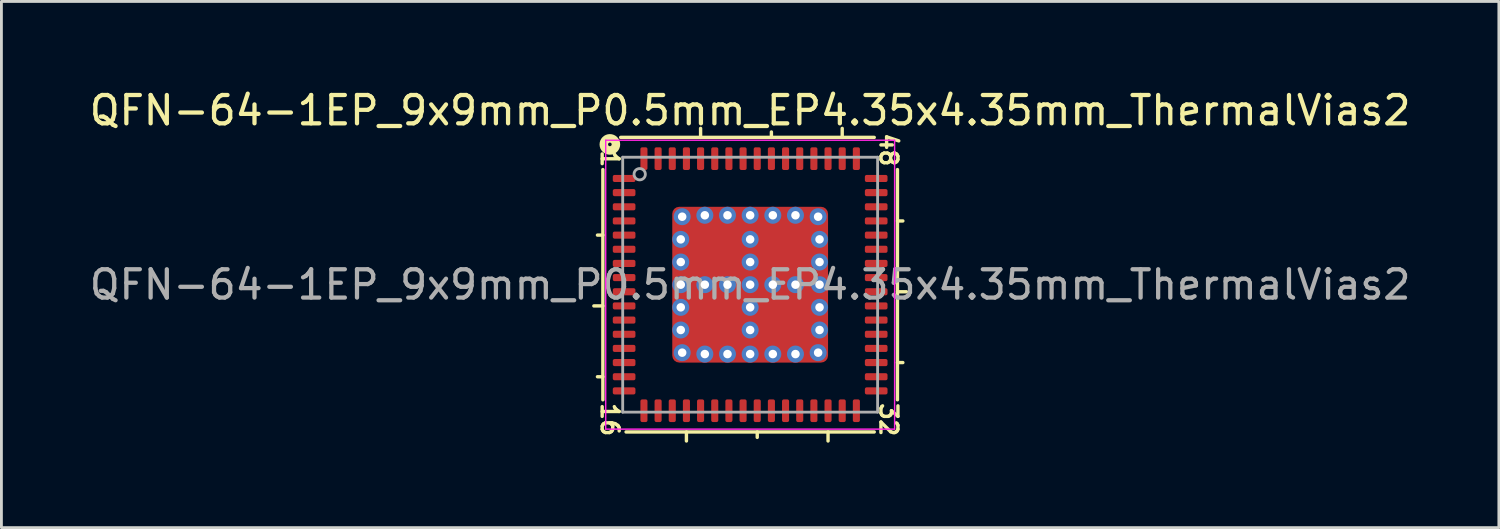
<source format=kicad_pcb>
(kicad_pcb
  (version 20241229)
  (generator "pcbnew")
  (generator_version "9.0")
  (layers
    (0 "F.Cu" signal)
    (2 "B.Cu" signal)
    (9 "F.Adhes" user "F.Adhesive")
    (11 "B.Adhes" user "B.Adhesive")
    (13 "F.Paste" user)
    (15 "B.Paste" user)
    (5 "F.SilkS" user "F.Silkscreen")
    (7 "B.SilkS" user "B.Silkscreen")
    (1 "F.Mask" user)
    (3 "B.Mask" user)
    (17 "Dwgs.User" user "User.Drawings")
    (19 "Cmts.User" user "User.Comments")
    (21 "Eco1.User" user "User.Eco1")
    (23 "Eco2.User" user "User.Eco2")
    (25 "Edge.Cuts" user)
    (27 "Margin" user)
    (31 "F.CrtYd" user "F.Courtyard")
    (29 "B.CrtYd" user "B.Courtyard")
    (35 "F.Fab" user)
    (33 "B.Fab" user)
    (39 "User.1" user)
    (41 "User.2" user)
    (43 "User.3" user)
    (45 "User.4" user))
  (footprint "QFN-64-1EP_9x9mm_P0.5mm_EP4.35x4.35mm_ThermalVias2"
    (layer "F.Cu")
    (at 23.435 7.001)
    (property "Reference" "QFN-64-1EP_9x9mm_P0.5mm_EP4.35x4.35mm_ThermalVias2" (at 0 -6.152 0) (layer "F.SilkS") (effects (font (size 1 1) (thickness 0.15))))
    (attr smd)
    (fp_line (start -5.2 -4.064) (end -5.2 4.064) (stroke (width 0.12) (type solid)) (layer "F.SilkS"))
    (fp_line (start -5.2 -1.75) (end -5.391 -1.75) (stroke (width 0.12) (type solid)) (layer "F.SilkS"))
    (fp_line (start -5.2 0.75) (end -5.518 0.75) (stroke (width 0.12) (type solid)) (layer "F.SilkS"))
    (fp_line (start -5.2 3.25) (end -5.391 3.25) (stroke (width 0.12) (type solid)) (layer "F.SilkS"))
    (fp_line (start -4.381 5.2) (end 4.381 5.2) (stroke (width 0.12) (type solid)) (layer "F.SilkS"))
    (fp_line (start -2.25 5.2) (end -2.25 5.518) (stroke (width 0.12) (type solid)) (layer "F.SilkS"))
    (fp_line (start -1.75 -5.2) (end -1.75 -5.518) (stroke (width 0.12) (type solid)) (layer "F.SilkS"))
    (fp_line (start 0.25 5.2) (end 0.25 5.391) (stroke (width 0.12) (type solid)) (layer "F.SilkS"))
    (fp_line (start 0.75 -5.2) (end 0.75 -5.391) (stroke (width 0.12) (type solid)) (layer "F.SilkS"))
    (fp_line (start 2.75 5.2) (end 2.75 5.518) (stroke (width 0.12) (type solid)) (layer "F.SilkS"))
    (fp_line (start 3.25 -5.2) (end 3.25 -5.518) (stroke (width 0.12) (type solid)) (layer "F.SilkS"))
    (fp_line (start 4.381 -5.2) (end -4.572 -5.2) (stroke (width 0.12) (type solid)) (layer "F.SilkS"))
    (fp_line (start 5.2 -2.25) (end 5.391 -2.25) (stroke (width 0.12) (type solid)) (layer "F.SilkS"))
    (fp_line (start 5.2 0.25) (end 5.518 0.25) (stroke (width 0.12) (type solid)) (layer "F.SilkS"))
    (fp_line (start 5.2 2.75) (end 5.391 2.75) (stroke (width 0.12) (type solid)) (layer "F.SilkS"))
    (fp_line (start 5.2 4.064) (end 5.2 -4.064) (stroke (width 0.12) (type solid)) (layer "F.SilkS"))
    (fp_circle (center -4.953 -4.953) (end -4.889 -4.953) (stroke (width 0.3) (type solid)) (fill no) (layer "F.SilkS"))
    (fp_line (start -5.1 -5.1) (end -5.1 5.1) (stroke (width 0.05) (type solid)) (layer "F.CrtYd"))
    (fp_line (start -5.1 5.1) (end 5.1 5.1) (stroke (width 0.05) (type solid)) (layer "F.CrtYd"))
    (fp_line (start 5.1 -5.1) (end -5.1 -5.1) (stroke (width 0.05) (type solid)) (layer "F.CrtYd"))
    (fp_line (start 5.1 5.1) (end 5.1 -5.1) (stroke (width 0.05) (type solid)) (layer "F.CrtYd"))
    (fp_line (start -4.5 -4.5) (end 4.5 -4.5) (stroke (width 0.1) (type solid)) (layer "F.Fab"))
    (fp_line (start -4.5 4.5) (end -4.5 -4.5) (stroke (width 0.1) (type solid)) (layer "F.Fab"))
    (fp_line (start 4.5 -4.5) (end 4.5 4.5) (stroke (width 0.1) (type solid)) (layer "F.Fab"))
    (fp_line (start 4.5 4.5) (end -4.5 4.5) (stroke (width 0.1) (type solid)) (layer "F.Fab"))
    (fp_circle (center -3.9 -3.9) (end -3.7 -3.9) (stroke (width 0.1) (type solid)) (fill no) (layer "F.Fab"))
    (fp_text user "1" (at -4.953 -4.445 270) (unlocked yes) (layer "F.SilkS") (effects (font (size 0.6 0.6) (thickness 0.12))))
    (fp_text user "48" (at 4.889 -4.763 270) (unlocked yes) (layer "F.SilkS") (effects (font (size 0.6 0.6) (thickness 0.12))))
    (fp_text user "32" (at 4.889 4.763 270) (unlocked yes) (layer "F.SilkS") (effects (font (size 0.6 0.6) (thickness 0.12))))
    (fp_text user "16" (at -4.953 4.763 270) (unlocked yes) (layer "F.SilkS") (effects (font (size 0.6 0.6) (thickness 0.12))))
    (fp_text user "${REFERENCE}" (at 0 0 0) (layer "F.Fab") (effects (font (size 1 1) (thickness 0.15))))
    (pad "" smd roundrect (at -1.688 -1.688) (size 0.675 0.675) (layers "F.Paste") (roundrect_rratio 0.25))
    (pad "" smd roundrect (at -1.688 -0.762) (size 0.675 0.675) (layers "F.Paste") (roundrect_rratio 0.25))
    (pad "" smd roundrect (at -1.688 0.762) (size 0.675 0.675) (layers "F.Paste") (roundrect_rratio 0.25))
    (pad "" smd roundrect (at -1.688 1.688) (size 0.675 0.675) (layers "F.Paste") (roundrect_rratio 0.25))
    (pad "" smd roundrect (at -1.225 -1.225 270) (size 1.85 1.85) (layers "F.Mask") (roundrect_rratio 0.135))
    (pad "" smd roundrect (at -1.225 1.225 270) (size 1.85 1.85) (layers "F.Mask") (roundrect_rratio 0.135))
    (pad "" smd roundrect (at -0.762 -1.688) (size 0.675 0.675) (layers "F.Paste") (roundrect_rratio 0.25))
    (pad "" smd roundrect (at -0.762 -0.762) (size 0.675 0.675) (layers "F.Paste") (roundrect_rratio 0.25))
    (pad "" smd roundrect (at -0.762 0.762) (size 0.675 0.675) (layers "F.Paste") (roundrect_rratio 0.25))
    (pad "" smd roundrect (at -0.762 1.688) (size 0.675 0.675) (layers "F.Paste") (roundrect_rratio 0.25))
    (pad "" smd roundrect (at 0.762 -1.688) (size 0.675 0.675) (layers "F.Paste") (roundrect_rratio 0.25))
    (pad "" smd roundrect (at 0.762 -0.762) (size 0.675 0.675) (layers "F.Paste") (roundrect_rratio 0.25))
    (pad "" smd roundrect (at 0.762 0.762) (size 0.675 0.675) (layers "F.Paste") (roundrect_rratio 0.25))
    (pad "" smd roundrect (at 0.762 1.688) (size 0.675 0.675) (layers "F.Paste") (roundrect_rratio 0.25))
    (pad "" smd roundrect (at 1.225 -1.225 270) (size 1.85 1.85) (layers "F.Mask") (roundrect_rratio 0.135))
    (pad "" smd roundrect (at 1.225 1.225 270) (size 1.85 1.85) (layers "F.Mask") (roundrect_rratio 0.135))
    (pad "" smd roundrect (at 1.688 -1.688) (size 0.675 0.675) (layers "F.Paste") (roundrect_rratio 0.25))
    (pad "" smd roundrect (at 1.688 -0.762) (size 0.675 0.675) (layers "F.Paste") (roundrect_rratio 0.25))
    (pad "" smd roundrect (at 1.688 0.762) (size 0.675 0.675) (layers "F.Paste") (roundrect_rratio 0.25))
    (pad "" smd roundrect (at 1.688 1.688) (size 0.675 0.675) (layers "F.Paste") (roundrect_rratio 0.25))
    (pad "1" smd roundrect (at -4.45 -3.75) (size 0.8 0.25) (layers "F.Cu" "F.Mask" "F.Paste") (roundrect_rratio 0.25))
    (pad "2" smd roundrect (at -4.45 -3.25) (size 0.8 0.25) (layers "F.Cu" "F.Mask" "F.Paste") (roundrect_rratio 0.25))
    (pad "3" smd roundrect (at -4.45 -2.75) (size 0.8 0.25) (layers "F.Cu" "F.Mask" "F.Paste") (roundrect_rratio 0.25))
    (pad "4" smd roundrect (at -4.45 -2.25) (size 0.8 0.25) (layers "F.Cu" "F.Mask" "F.Paste") (roundrect_rratio 0.25))
    (pad "5" smd roundrect (at -4.45 -1.75) (size 0.8 0.25) (layers "F.Cu" "F.Mask" "F.Paste") (roundrect_rratio 0.25))
    (pad "6" smd roundrect (at -4.45 -1.25) (size 0.8 0.25) (layers "F.Cu" "F.Mask" "F.Paste") (roundrect_rratio 0.25))
    (pad "7" smd roundrect (at -4.45 -0.75) (size 0.8 0.25) (layers "F.Cu" "F.Mask" "F.Paste") (roundrect_rratio 0.25))
    (pad "8" smd roundrect (at -4.45 -0.25) (size 0.8 0.25) (layers "F.Cu" "F.Mask" "F.Paste") (roundrect_rratio 0.25))
    (pad "9" smd roundrect (at -4.45 0.25) (size 0.8 0.25) (layers "F.Cu" "F.Mask" "F.Paste") (roundrect_rratio 0.25))
    (pad "10" smd roundrect (at -4.45 0.75) (size 0.8 0.25) (layers "F.Cu" "F.Mask" "F.Paste") (roundrect_rratio 0.25))
    (pad "11" smd roundrect (at -4.45 1.25) (size 0.8 0.25) (layers "F.Cu" "F.Mask" "F.Paste") (roundrect_rratio 0.25))
    (pad "12" smd roundrect (at -4.45 1.75) (size 0.8 0.25) (layers "F.Cu" "F.Mask" "F.Paste") (roundrect_rratio 0.25))
    (pad "13" smd roundrect (at -4.45 2.25) (size 0.8 0.25) (layers "F.Cu" "F.Mask" "F.Paste") (roundrect_rratio 0.25))
    (pad "14" smd roundrect (at -4.45 2.75) (size 0.8 0.25) (layers "F.Cu" "F.Mask" "F.Paste") (roundrect_rratio 0.25))
    (pad "15" smd roundrect (at -4.45 3.25) (size 0.8 0.25) (layers "F.Cu" "F.Mask" "F.Paste") (roundrect_rratio 0.25))
    (pad "16" smd roundrect (at -4.45 3.75) (size 0.8 0.25) (layers "F.Cu" "F.Mask" "F.Paste") (roundrect_rratio 0.25))
    (pad "17" smd roundrect (at -3.75 4.45) (size 0.25 0.8) (layers "F.Cu" "F.Mask" "F.Paste") (roundrect_rratio 0.25))
    (pad "18" smd roundrect (at -3.25 4.45) (size 0.25 0.8) (layers "F.Cu" "F.Mask" "F.Paste") (roundrect_rratio 0.25))
    (pad "19" smd roundrect (at -2.75 4.45) (size 0.25 0.8) (layers "F.Cu" "F.Mask" "F.Paste") (roundrect_rratio 0.25))
    (pad "20" smd roundrect (at -2.25 4.45) (size 0.25 0.8) (layers "F.Cu" "F.Mask" "F.Paste") (roundrect_rratio 0.25))
    (pad "21" smd roundrect (at -1.75 4.45) (size 0.25 0.8) (layers "F.Cu" "F.Mask" "F.Paste") (roundrect_rratio 0.25))
    (pad "22" smd roundrect (at -1.25 4.45) (size 0.25 0.8) (layers "F.Cu" "F.Mask" "F.Paste") (roundrect_rratio 0.25))
    (pad "23" smd roundrect (at -0.75 4.45) (size 0.25 0.8) (layers "F.Cu" "F.Mask" "F.Paste") (roundrect_rratio 0.25))
    (pad "24" smd roundrect (at -0.25 4.45) (size 0.25 0.8) (layers "F.Cu" "F.Mask" "F.Paste") (roundrect_rratio 0.25))
    (pad "25" smd roundrect (at 0.25 4.45) (size 0.25 0.8) (layers "F.Cu" "F.Mask" "F.Paste") (roundrect_rratio 0.25))
    (pad "26" smd roundrect (at 0.75 4.45) (size 0.25 0.8) (layers "F.Cu" "F.Mask" "F.Paste") (roundrect_rratio 0.25))
    (pad "27" smd roundrect (at 1.25 4.45) (size 0.25 0.8) (layers "F.Cu" "F.Mask" "F.Paste") (roundrect_rratio 0.25))
    (pad "28" smd roundrect (at 1.75 4.45) (size 0.25 0.8) (layers "F.Cu" "F.Mask" "F.Paste") (roundrect_rratio 0.25))
    (pad "29" smd roundrect (at 2.25 4.45) (size 0.25 0.8) (layers "F.Cu" "F.Mask" "F.Paste") (roundrect_rratio 0.25))
    (pad "30" smd roundrect (at 2.75 4.45) (size 0.25 0.8) (layers "F.Cu" "F.Mask" "F.Paste") (roundrect_rratio 0.25))
    (pad "31" smd roundrect (at 3.25 4.45) (size 0.25 0.8) (layers "F.Cu" "F.Mask" "F.Paste") (roundrect_rratio 0.25))
    (pad "32" smd roundrect (at 3.75 4.45) (size 0.25 0.8) (layers "F.Cu" "F.Mask" "F.Paste") (roundrect_rratio 0.25))
    (pad "33" smd roundrect (at 4.45 3.75) (size 0.8 0.25) (layers "F.Cu" "F.Mask" "F.Paste") (roundrect_rratio 0.25))
    (pad "34" smd roundrect (at 4.45 3.25) (size 0.8 0.25) (layers "F.Cu" "F.Mask" "F.Paste") (roundrect_rratio 0.25))
    (pad "35" smd roundrect (at 4.45 2.75) (size 0.8 0.25) (layers "F.Cu" "F.Mask" "F.Paste") (roundrect_rratio 0.25))
    (pad "36" smd roundrect (at 4.45 2.25) (size 0.8 0.25) (layers "F.Cu" "F.Mask" "F.Paste") (roundrect_rratio 0.25))
    (pad "37" smd roundrect (at 4.45 1.75) (size 0.8 0.25) (layers "F.Cu" "F.Mask" "F.Paste") (roundrect_rratio 0.25))
    (pad "38" smd roundrect (at 4.45 1.25) (size 0.8 0.25) (layers "F.Cu" "F.Mask" "F.Paste") (roundrect_rratio 0.25))
    (pad "39" smd roundrect (at 4.45 0.75) (size 0.8 0.25) (layers "F.Cu" "F.Mask" "F.Paste") (roundrect_rratio 0.25))
    (pad "40" smd roundrect (at 4.45 0.25) (size 0.8 0.25) (layers "F.Cu" "F.Mask" "F.Paste") (roundrect_rratio 0.25))
    (pad "41" smd roundrect (at 4.45 -0.25) (size 0.8 0.25) (layers "F.Cu" "F.Mask" "F.Paste") (roundrect_rratio 0.25))
    (pad "42" smd roundrect (at 4.45 -0.75) (size 0.8 0.25) (layers "F.Cu" "F.Mask" "F.Paste") (roundrect_rratio 0.25))
    (pad "43" smd roundrect (at 4.45 -1.25) (size 0.8 0.25) (layers "F.Cu" "F.Mask" "F.Paste") (roundrect_rratio 0.25))
    (pad "44" smd roundrect (at 4.45 -1.75) (size 0.8 0.25) (layers "F.Cu" "F.Mask" "F.Paste") (roundrect_rratio 0.25))
    (pad "45" smd roundrect (at 4.45 -2.25) (size 0.8 0.25) (layers "F.Cu" "F.Mask" "F.Paste") (roundrect_rratio 0.25))
    (pad "46" smd roundrect (at 4.45 -2.75) (size 0.8 0.25) (layers "F.Cu" "F.Mask" "F.Paste") (roundrect_rratio 0.25))
    (pad "47" smd roundrect (at 4.45 -3.25) (size 0.8 0.25) (layers "F.Cu" "F.Mask" "F.Paste") (roundrect_rratio 0.25))
    (pad "48" smd roundrect (at 4.45 -3.75) (size 0.8 0.25) (layers "F.Cu" "F.Mask" "F.Paste") (roundrect_rratio 0.25))
    (pad "49" smd roundrect (at 3.75 -4.45) (size 0.25 0.8) (layers "F.Cu" "F.Mask" "F.Paste") (roundrect_rratio 0.25))
    (pad "50" smd roundrect (at 3.25 -4.45) (size 0.25 0.8) (layers "F.Cu" "F.Mask" "F.Paste") (roundrect_rratio 0.25))
    (pad "51" smd roundrect (at 2.75 -4.45) (size 0.25 0.8) (layers "F.Cu" "F.Mask" "F.Paste") (roundrect_rratio 0.25))
    (pad "52" smd roundrect (at 2.25 -4.45) (size 0.25 0.8) (layers "F.Cu" "F.Mask" "F.Paste") (roundrect_rratio 0.25))
    (pad "53" smd roundrect (at 1.75 -4.45) (size 0.25 0.8) (layers "F.Cu" "F.Mask" "F.Paste") (roundrect_rratio 0.25))
    (pad "54" smd roundrect (at 1.25 -4.45) (size 0.25 0.8) (layers "F.Cu" "F.Mask" "F.Paste") (roundrect_rratio 0.25))
    (pad "55" smd roundrect (at 0.75 -4.45) (size 0.25 0.8) (layers "F.Cu" "F.Mask" "F.Paste") (roundrect_rratio 0.25))
    (pad "56" smd roundrect (at 0.25 -4.45) (size 0.25 0.8) (layers "F.Cu" "F.Mask" "F.Paste") (roundrect_rratio 0.25))
    (pad "57" smd roundrect (at -0.25 -4.45) (size 0.25 0.8) (layers "F.Cu" "F.Mask" "F.Paste") (roundrect_rratio 0.25))
    (pad "58" smd roundrect (at -0.75 -4.45) (size 0.25 0.8) (layers "F.Cu" "F.Mask" "F.Paste") (roundrect_rratio 0.25))
    (pad "59" smd roundrect (at -1.25 -4.45) (size 0.25 0.8) (layers "F.Cu" "F.Mask" "F.Paste") (roundrect_rratio 0.25))
    (pad "60" smd roundrect (at -1.75 -4.45) (size 0.25 0.8) (layers "F.Cu" "F.Mask" "F.Paste") (roundrect_rratio 0.25))
    (pad "61" smd roundrect (at -2.25 -4.45) (size 0.25 0.8) (layers "F.Cu" "F.Mask" "F.Paste") (roundrect_rratio 0.25))
    (pad "62" smd roundrect (at -2.75 -4.45) (size 0.25 0.8) (layers "F.Cu" "F.Mask" "F.Paste") (roundrect_rratio 0.25))
    (pad "63" smd roundrect (at -3.25 -4.45) (size 0.25 0.8) (layers "F.Cu" "F.Mask" "F.Paste") (roundrect_rratio 0.25))
    (pad "64" smd roundrect (at -3.75 -4.45) (size 0.25 0.8) (layers "F.Cu" "F.Mask" "F.Paste") (roundrect_rratio 0.25))
    (pad "65" thru_hole circle (at -2.45 -1.6 180) (size 0.6 0.6) (drill 0.3) (property pad_prop_heatsink) (layers "*.Cu" "*.Mask"))
    (pad "65" thru_hole circle (at -2.45 -0.8 180) (size 0.6 0.6) (drill 0.3) (property pad_prop_heatsink) (layers "*.Cu" "*.Mask"))
    (pad "65" thru_hole circle (at -2.45 0 180) (size 0.6 0.6) (drill 0.3) (property pad_prop_heatsink) (layers "*.Cu" "*.Mask"))
    (pad "65" thru_hole circle (at -2.45 0.8 180) (size 0.6 0.6) (drill 0.3) (property pad_prop_heatsink) (layers "*.Cu" "*.Mask"))
    (pad "65" thru_hole circle (at -2.45 1.6 180) (size 0.6 0.6) (drill 0.3) (property pad_prop_heatsink) (layers "*.Cu" "*.Mask"))
    (pad "65" thru_hole circle (at -2.4 -2.4 180) (size 0.6 0.6) (drill 0.3) (property pad_prop_heatsink) (layers "*.Cu" "*.Mask"))
    (pad "65" thru_hole circle (at -2.4 2.4 180) (size 0.6 0.6) (drill 0.3) (property pad_prop_heatsink) (layers "*.Cu" "*.Mask"))
    (pad "65" thru_hole circle (at -1.6 -2.45 180) (size 0.6 0.6) (drill 0.3) (property pad_prop_heatsink) (layers "*.Cu" "*.Mask"))
    (pad "65" thru_hole circle (at -1.6 0 180) (size 0.6 0.6) (drill 0.3) (property pad_prop_heatsink) (layers "*.Cu" "*.Mask"))
    (pad "65" thru_hole circle (at -1.6 2.45 180) (size 0.6 0.6) (drill 0.3) (property pad_prop_heatsink) (layers "*.Cu" "*.Mask"))
    (pad "65" thru_hole circle (at -0.8 -2.45 180) (size 0.6 0.6) (drill 0.3) (property pad_prop_heatsink) (layers "*.Cu" "*.Mask"))
    (pad "65" thru_hole circle (at -0.8 0 180) (size 0.6 0.6) (drill 0.3) (property pad_prop_heatsink) (layers "*.Cu" "*.Mask"))
    (pad "65" thru_hole circle (at -0.8 2.45 180) (size 0.6 0.6) (drill 0.3) (property pad_prop_heatsink) (layers "*.Cu" "*.Mask"))
    (pad "65" thru_hole circle (at 0 -2.45 180) (size 0.6 0.6) (drill 0.3) (property pad_prop_heatsink) (layers "*.Cu" "*.Mask"))
    (pad "65" thru_hole circle (at 0 -1.6 180) (size 0.6 0.6) (drill 0.3) (property pad_prop_heatsink) (layers "*.Cu" "*.Mask"))
    (pad "65" thru_hole circle (at 0 -0.8 180) (size 0.6 0.6) (drill 0.3) (property pad_prop_heatsink) (layers "*.Cu" "*.Mask"))
    (pad "65" thru_hole circle (at 0 0 180) (size 0.6 0.6) (drill 0.3) (property pad_prop_heatsink) (layers "*.Cu" "*.Mask"))
    (pad "65" smd roundrect (at 0 0) (size 5.5 5.5) (layers "F.Cu") (roundrect_rratio 0.045))
    (pad "65" thru_hole circle (at 0 0.8 180) (size 0.6 0.6) (drill 0.3) (property pad_prop_heatsink) (layers "*.Cu" "*.Mask"))
    (pad "65" thru_hole circle (at 0 1.6 180) (size 0.6 0.6) (drill 0.3) (property pad_prop_heatsink) (layers "*.Cu" "*.Mask"))
    (pad "65" thru_hole circle (at 0 2.45 180) (size 0.6 0.6) (drill 0.3) (property pad_prop_heatsink) (layers "*.Cu" "*.Mask"))
    (pad "65" thru_hole circle (at 0.8 -2.45 180) (size 0.6 0.6) (drill 0.3) (property pad_prop_heatsink) (layers "*.Cu" "*.Mask"))
    (pad "65" thru_hole circle (at 0.8 0 180) (size 0.6 0.6) (drill 0.3) (property pad_prop_heatsink) (layers "*.Cu" "*.Mask"))
    (pad "65" thru_hole circle (at 0.8 2.45 180) (size 0.6 0.6) (drill 0.3) (property pad_prop_heatsink) (layers "*.Cu" "*.Mask"))
    (pad "65" thru_hole circle (at 1.6 -2.45 180) (size 0.6 0.6) (drill 0.3) (property pad_prop_heatsink) (layers "*.Cu" "*.Mask"))
    (pad "65" thru_hole circle (at 1.6 0 180) (size 0.6 0.6) (drill 0.3) (property pad_prop_heatsink) (layers "*.Cu" "*.Mask"))
    (pad "65" thru_hole circle (at 1.6 2.45 180) (size 0.6 0.6) (drill 0.3) (property pad_prop_heatsink) (layers "*.Cu" "*.Mask"))
    (pad "65" thru_hole circle (at 2.4 -2.4 180) (size 0.6 0.6) (drill 0.3) (property pad_prop_heatsink) (layers "*.Cu" "*.Mask"))
    (pad "65" thru_hole circle (at 2.4 2.4 180) (size 0.6 0.6) (drill 0.3) (property pad_prop_heatsink) (layers "*.Cu" "*.Mask"))
    (pad "65" thru_hole circle (at 2.45 -1.6 180) (size 0.6 0.6) (drill 0.3) (property pad_prop_heatsink) (layers "*.Cu" "*.Mask"))
    (pad "65" thru_hole circle (at 2.45 -0.8 180) (size 0.6 0.6) (drill 0.3) (property pad_prop_heatsink) (layers "*.Cu" "*.Mask"))
    (pad "65" thru_hole circle (at 2.45 0 180) (size 0.6 0.6) (drill 0.3) (property pad_prop_heatsink) (layers "*.Cu" "*.Mask"))
    (pad "65" thru_hole circle (at 2.45 0.8 180) (size 0.6 0.6) (drill 0.3) (property pad_prop_heatsink) (layers "*.Cu" "*.Mask"))
    (pad "65" thru_hole circle (at 2.45 1.6 180) (size 0.6 0.6) (drill 0.3) (property pad_prop_heatsink) (layers "*.Cu" "*.Mask")))
  (gr_rect
    (start -3 -3)
    (end 49.869 15.578)
    (stroke (width 0.1) (type default))
    (fill no)
    (layer "Edge.Cuts")))
</source>
